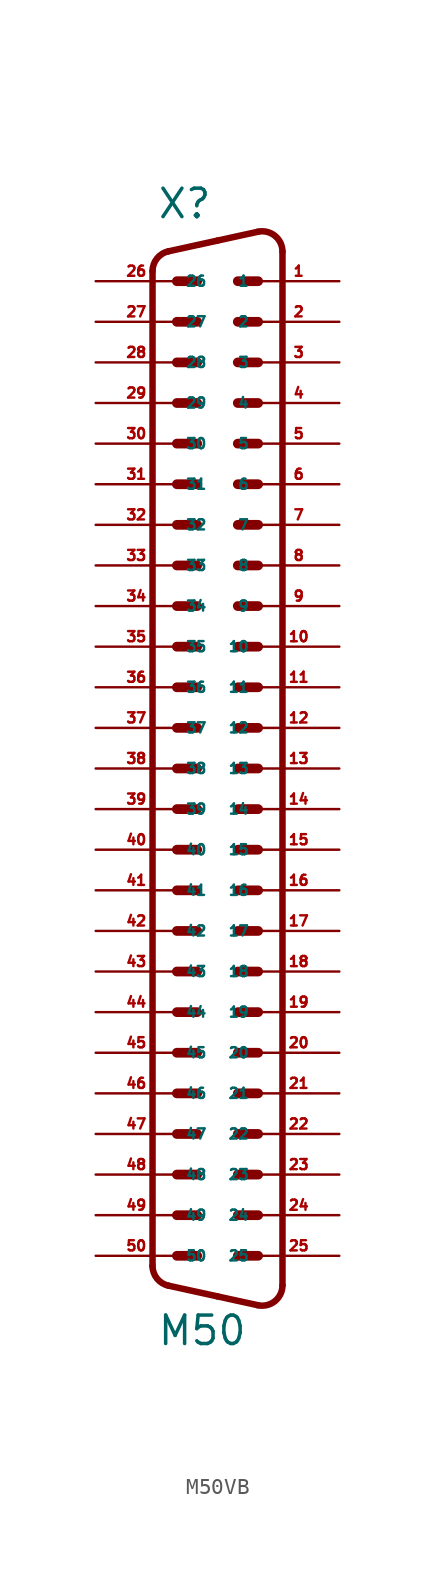
<source format=kicad_sym>
(kicad_symbol_lib
  (version 20220914)
  (generator Eagle2Kicad)
  (symbol "M50VB"
    (property "Reference" "X"
      (at -3.81 31.75 0)
      (effects (font (size 1.778 1.778) (thickness 0.22)) (justify left bottom)))
    (property "Value" "M50"
      (at -3.81 -38.735 0)
      (effects (font (size 1.778 1.778) (thickness 0.22)) (justify left bottom)))
    (polyline
      (pts (xy -1.27 12.7) (xy -2.54 12.7))
      (stroke (width 0.61) (type default))
      (fill (type none)))
    (polyline
      (pts (xy 2.54 -7.62) (xy 1.27 -7.62))
      (stroke (width 0.61) (type default))
      (fill (type none)))
    (polyline
      (pts (xy -1.27 15.24) (xy -2.54 15.24))
      (stroke (width 0.61) (type default))
      (fill (type none)))
    (polyline
      (pts (xy 2.54 -5.08) (xy 1.27 -5.08))
      (stroke (width 0.61) (type default))
      (fill (type none)))
    (polyline
      (pts (xy -1.27 17.78) (xy -2.54 17.78))
      (stroke (width 0.61) (type default))
      (fill (type none)))
    (polyline
      (pts (xy 2.54 -2.54) (xy 1.27 -2.54))
      (stroke (width 0.61) (type default))
      (fill (type none)))
    (polyline
      (pts (xy -1.27 20.32) (xy -2.54 20.32))
      (stroke (width 0.61) (type default))
      (fill (type none)))
    (polyline
      (pts (xy 2.54 0) (xy 1.27 0))
      (stroke (width 0.61) (type default))
      (fill (type none)))
    (polyline
      (pts (xy -1.27 22.86) (xy -2.54 22.86))
      (stroke (width 0.61) (type default))
      (fill (type none)))
    (polyline
      (pts (xy 2.54 2.54) (xy 1.27 2.54))
      (stroke (width 0.61) (type default))
      (fill (type none)))
    (polyline
      (pts (xy -1.27 25.4) (xy -2.54 25.4))
      (stroke (width 0.61) (type default))
      (fill (type none)))
    (polyline
      (pts (xy 2.54 5.08) (xy 1.27 5.08))
      (stroke (width 0.61) (type default))
      (fill (type none)))
    (polyline
      (pts (xy -1.27 27.94) (xy -2.54 27.94))
      (stroke (width 0.61) (type default))
      (fill (type none)))
    (polyline
      (pts (xy 2.54 7.62) (xy 1.27 7.62))
      (stroke (width 0.61) (type default))
      (fill (type none)))
    (polyline
      (pts (xy 2.54 -33.02) (xy 1.27 -33.02))
      (stroke (width 0.61) (type default))
      (fill (type none)))
    (polyline
      (pts (xy 2.54 10.16) (xy 1.27 10.16))
      (stroke (width 0.61) (type default))
      (fill (type none)))
    (polyline
      (pts (xy 2.54 -30.48) (xy 1.27 -30.48))
      (stroke (width 0.61) (type default))
      (fill (type none)))
    (polyline
      (pts (xy 2.54 12.7) (xy 1.27 12.7))
      (stroke (width 0.61) (type default))
      (fill (type none)))
    (polyline
      (pts (xy 2.54 -27.94) (xy 1.27 -27.94))
      (stroke (width 0.61) (type default))
      (fill (type none)))
    (polyline
      (pts (xy 2.54 15.24) (xy 1.27 15.24))
      (stroke (width 0.61) (type default))
      (fill (type none)))
    (polyline
      (pts (xy 2.54 -25.4) (xy 1.27 -25.4))
      (stroke (width 0.61) (type default))
      (fill (type none)))
    (polyline
      (pts (xy 2.54 17.78) (xy 1.27 17.78))
      (stroke (width 0.61) (type default))
      (fill (type none)))
    (polyline
      (pts (xy 2.54 -22.86) (xy 1.27 -22.86))
      (stroke (width 0.61) (type default))
      (fill (type none)))
    (polyline
      (pts (xy 2.54 20.32) (xy 1.27 20.32))
      (stroke (width 0.61) (type default))
      (fill (type none)))
    (polyline
      (pts (xy 2.54 -20.32) (xy 1.27 -20.32))
      (stroke (width 0.61) (type default))
      (fill (type none)))
    (polyline
      (pts (xy 2.54 22.86) (xy 1.27 22.86))
      (stroke (width 0.61) (type default))
      (fill (type none)))
    (polyline
      (pts (xy 2.54 -17.78) (xy 1.27 -17.78))
      (stroke (width 0.61) (type default))
      (fill (type none)))
    (polyline
      (pts (xy 2.54 25.4) (xy 1.27 25.4))
      (stroke (width 0.61) (type default))
      (fill (type none)))
    (polyline
      (pts (xy 2.54 -15.24) (xy 1.27 -15.24))
      (stroke (width 0.61) (type default))
      (fill (type none)))
    (polyline
      (pts (xy 2.54 27.94) (xy 1.27 27.94))
      (stroke (width 0.61) (type default))
      (fill (type none)))
    (polyline
      (pts (xy -1.27 2.54) (xy -2.54 2.54))
      (stroke (width 0.61) (type default))
      (fill (type none)))
    (polyline
      (pts (xy -1.27 7.62) (xy -2.54 7.62))
      (stroke (width 0.61) (type default))
      (fill (type none)))
    (polyline
      (pts (xy 2.54 -10.16) (xy 1.27 -10.16))
      (stroke (width 0.61) (type default))
      (fill (type none)))
    (polyline
      (pts (xy 2.54 -12.7) (xy 1.27 -12.7))
      (stroke (width 0.61) (type default))
      (fill (type none)))
    (polyline
      (pts (xy -1.27 -5.08) (xy -2.54 -5.08))
      (stroke (width 0.61) (type default))
      (fill (type none)))
    (polyline
      (pts (xy -1.27 10.16) (xy -2.54 10.16))
      (stroke (width 0.61) (type default))
      (fill (type none)))
    (polyline
      (pts (xy -1.27 5.08) (xy -2.54 5.08))
      (stroke (width 0.61) (type default))
      (fill (type none)))
    (polyline
      (pts (xy -1.27 0) (xy -2.54 0))
      (stroke (width 0.61) (type default))
      (fill (type none)))
    (polyline
      (pts (xy -1.27 -2.54) (xy -2.54 -2.54))
      (stroke (width 0.61) (type default))
      (fill (type none)))
    (polyline
      (pts (xy -1.27 -7.62) (xy -2.54 -7.62))
      (stroke (width 0.61) (type default))
      (fill (type none)))
    (polyline
      (pts (xy -1.27 -10.16) (xy -2.54 -10.16))
      (stroke (width 0.61) (type default))
      (fill (type none)))
    (polyline
      (pts (xy -1.27 -12.7) (xy -2.54 -12.7))
      (stroke (width 0.61) (type default))
      (fill (type none)))
    (polyline
      (pts (xy -1.27 -15.24) (xy -2.54 -15.24))
      (stroke (width 0.61) (type default))
      (fill (type none)))
    (polyline
      (pts (xy -1.27 -17.78) (xy -2.54 -17.78))
      (stroke (width 0.61) (type default))
      (fill (type none)))
    (polyline
      (pts (xy -1.27 -20.32) (xy -2.54 -20.32))
      (stroke (width 0.61) (type default))
      (fill (type none)))
    (polyline
      (pts (xy -1.27 -22.86) (xy -2.54 -22.86))
      (stroke (width 0.61) (type default))
      (fill (type none)))
    (polyline
      (pts (xy -1.27 -25.4) (xy -2.54 -25.4))
      (stroke (width 0.61) (type default))
      (fill (type none)))
    (polyline
      (pts (xy -1.27 -27.94) (xy -2.54 -27.94))
      (stroke (width 0.61) (type default))
      (fill (type none)))
    (polyline
      (pts (xy -1.27 -30.48) (xy -2.54 -30.48))
      (stroke (width 0.61) (type default))
      (fill (type none)))
    (polyline
      (pts (xy -1.27 -33.02) (xy -2.54 -33.02))
      (stroke (width 0.61) (type default))
      (fill (type none)))
    (arc
      (start 2.5226 -36.1119)
      (mid 3.590 -35.860)
      (end 4.0638 -34.8712)
      (stroke (width 0.4064) (type default))
      (fill (type none)))
    (polyline
      (pts (xy 2.523 -36.112) (xy 0 -35.56))
      (stroke (width 0.406) (type default))
      (fill (type none)))
    (polyline
      (pts (xy 0 -35.56) (xy -3.065 -34.889))
      (stroke (width 0.406) (type default))
      (fill (type none)))
    (arc
      (start -4.0641 -33.6488)
      (mid -3.783 -34.445)
      (end -3.0654 -34.8894)
      (stroke (width 0.4064) (type default))
      (fill (type none)))
    (polyline
      (pts (xy -4.064 28.569) (xy -4.064 -33.649))
      (stroke (width 0.406) (type default))
      (fill (type none)))
    (arc
      (start -3.0654 29.8094)
      (mid -3.783 29.365)
      (end -4.064 28.5688)
      (stroke (width 0.4064) (type default))
      (fill (type none)))
    (polyline
      (pts (xy 4.064 29.791) (xy 4.064 -34.871))
      (stroke (width 0.406) (type default))
      (fill (type none)))
    (polyline
      (pts (xy 2.523 31.032) (xy 0 30.48))
      (stroke (width 0.406) (type default))
      (fill (type none)))
    (polyline
      (pts (xy 0 30.48) (xy -3.065 29.809))
      (stroke (width 0.406) (type default))
      (fill (type none)))
    (arc
      (start 4.064 29.7912)
      (mid 3.590 30.781)
      (end 2.5226 31.0319)
      (stroke (width 0.4064) (type default))
      (fill (type none)))
    (pin passive line
      (at -7.62 5.08 0)
      (length 5.08)
      (name "35" (effects (font (size 0.635 0.635) (thickness 0.08)) (justify left bottom)))
      (number "35" (effects (font (size 0.635 0.635) (thickness 0.08)) (justify left bottom))))
    (pin passive line
      (at -7.62 -2.54 0)
      (length 5.08)
      (name "38" (effects (font (size 0.635 0.635) (thickness 0.08)) (justify left bottom)))
      (number "38" (effects (font (size 0.635 0.635) (thickness 0.08)) (justify left bottom))))
    (pin passive line
      (at 7.62 27.94 180)
      (length 5.08)
      (name "1" (effects (font (size 0.635 0.635) (thickness 0.08)) (justify left bottom)))
      (number "1" (effects (font (size 0.635 0.635) (thickness 0.08)) (justify left bottom))))
    (pin passive line
      (at 7.62 -15.24 180)
      (length 5.08)
      (name "18" (effects (font (size 0.635 0.635) (thickness 0.08)) (justify left bottom)))
      (number "18" (effects (font (size 0.635 0.635) (thickness 0.08)) (justify left bottom))))
    (pin passive line
      (at 7.62 25.4 180)
      (length 5.08)
      (name "2" (effects (font (size 0.635 0.635) (thickness 0.08)) (justify left bottom)))
      (number "2" (effects (font (size 0.635 0.635) (thickness 0.08)) (justify left bottom))))
    (pin passive line
      (at 7.62 -17.78 180)
      (length 5.08)
      (name "19" (effects (font (size 0.635 0.635) (thickness 0.08)) (justify left bottom)))
      (number "19" (effects (font (size 0.635 0.635) (thickness 0.08)) (justify left bottom))))
    (pin passive line
      (at 7.62 22.86 180)
      (length 5.08)
      (name "3" (effects (font (size 0.635 0.635) (thickness 0.08)) (justify left bottom)))
      (number "3" (effects (font (size 0.635 0.635) (thickness 0.08)) (justify left bottom))))
    (pin passive line
      (at 7.62 -20.32 180)
      (length 5.08)
      (name "20" (effects (font (size 0.635 0.635) (thickness 0.08)) (justify left bottom)))
      (number "20" (effects (font (size 0.635 0.635) (thickness 0.08)) (justify left bottom))))
    (pin passive line
      (at 7.62 20.32 180)
      (length 5.08)
      (name "4" (effects (font (size 0.635 0.635) (thickness 0.08)) (justify left bottom)))
      (number "4" (effects (font (size 0.635 0.635) (thickness 0.08)) (justify left bottom))))
    (pin passive line
      (at 7.62 -22.86 180)
      (length 5.08)
      (name "21" (effects (font (size 0.635 0.635) (thickness 0.08)) (justify left bottom)))
      (number "21" (effects (font (size 0.635 0.635) (thickness 0.08)) (justify left bottom))))
    (pin passive line
      (at 7.62 17.78 180)
      (length 5.08)
      (name "5" (effects (font (size 0.635 0.635) (thickness 0.08)) (justify left bottom)))
      (number "5" (effects (font (size 0.635 0.635) (thickness 0.08)) (justify left bottom))))
    (pin passive line
      (at 7.62 -25.4 180)
      (length 5.08)
      (name "22" (effects (font (size 0.635 0.635) (thickness 0.08)) (justify left bottom)))
      (number "22" (effects (font (size 0.635 0.635) (thickness 0.08)) (justify left bottom))))
    (pin passive line
      (at 7.62 15.24 180)
      (length 5.08)
      (name "6" (effects (font (size 0.635 0.635) (thickness 0.08)) (justify left bottom)))
      (number "6" (effects (font (size 0.635 0.635) (thickness 0.08)) (justify left bottom))))
    (pin passive line
      (at 7.62 -27.94 180)
      (length 5.08)
      (name "23" (effects (font (size 0.635 0.635) (thickness 0.08)) (justify left bottom)))
      (number "23" (effects (font (size 0.635 0.635) (thickness 0.08)) (justify left bottom))))
    (pin passive line
      (at 7.62 12.7 180)
      (length 5.08)
      (name "7" (effects (font (size 0.635 0.635) (thickness 0.08)) (justify left bottom)))
      (number "7" (effects (font (size 0.635 0.635) (thickness 0.08)) (justify left bottom))))
    (pin passive line
      (at 7.62 -30.48 180)
      (length 5.08)
      (name "24" (effects (font (size 0.635 0.635) (thickness 0.08)) (justify left bottom)))
      (number "24" (effects (font (size 0.635 0.635) (thickness 0.08)) (justify left bottom))))
    (pin passive line
      (at 7.62 10.16 180)
      (length 5.08)
      (name "8" (effects (font (size 0.635 0.635) (thickness 0.08)) (justify left bottom)))
      (number "8" (effects (font (size 0.635 0.635) (thickness 0.08)) (justify left bottom))))
    (pin passive line
      (at 7.62 -33.02 180)
      (length 5.08)
      (name "25" (effects (font (size 0.635 0.635) (thickness 0.08)) (justify left bottom)))
      (number "25" (effects (font (size 0.635 0.635) (thickness 0.08)) (justify left bottom))))
    (pin passive line
      (at 7.62 7.62 180)
      (length 5.08)
      (name "9" (effects (font (size 0.635 0.635) (thickness 0.08)) (justify left bottom)))
      (number "9" (effects (font (size 0.635 0.635) (thickness 0.08)) (justify left bottom))))
    (pin passive line
      (at -7.62 27.94 0)
      (length 5.08)
      (name "26" (effects (font (size 0.635 0.635) (thickness 0.08)) (justify left bottom)))
      (number "26" (effects (font (size 0.635 0.635) (thickness 0.08)) (justify left bottom))))
    (pin passive line
      (at 7.62 5.08 180)
      (length 5.08)
      (name "10" (effects (font (size 0.635 0.635) (thickness 0.08)) (justify left bottom)))
      (number "10" (effects (font (size 0.635 0.635) (thickness 0.08)) (justify left bottom))))
    (pin passive line
      (at -7.62 25.4 0)
      (length 5.08)
      (name "27" (effects (font (size 0.635 0.635) (thickness 0.08)) (justify left bottom)))
      (number "27" (effects (font (size 0.635 0.635) (thickness 0.08)) (justify left bottom))))
    (pin passive line
      (at 7.62 2.54 180)
      (length 5.08)
      (name "11" (effects (font (size 0.635 0.635) (thickness 0.08)) (justify left bottom)))
      (number "11" (effects (font (size 0.635 0.635) (thickness 0.08)) (justify left bottom))))
    (pin passive line
      (at -7.62 22.86 0)
      (length 5.08)
      (name "28" (effects (font (size 0.635 0.635) (thickness 0.08)) (justify left bottom)))
      (number "28" (effects (font (size 0.635 0.635) (thickness 0.08)) (justify left bottom))))
    (pin passive line
      (at 7.62 0 180)
      (length 5.08)
      (name "12" (effects (font (size 0.635 0.635) (thickness 0.08)) (justify left bottom)))
      (number "12" (effects (font (size 0.635 0.635) (thickness 0.08)) (justify left bottom))))
    (pin passive line
      (at -7.62 20.32 0)
      (length 5.08)
      (name "29" (effects (font (size 0.635 0.635) (thickness 0.08)) (justify left bottom)))
      (number "29" (effects (font (size 0.635 0.635) (thickness 0.08)) (justify left bottom))))
    (pin passive line
      (at 7.62 -2.54 180)
      (length 5.08)
      (name "13" (effects (font (size 0.635 0.635) (thickness 0.08)) (justify left bottom)))
      (number "13" (effects (font (size 0.635 0.635) (thickness 0.08)) (justify left bottom))))
    (pin passive line
      (at -7.62 17.78 0)
      (length 5.08)
      (name "30" (effects (font (size 0.635 0.635) (thickness 0.08)) (justify left bottom)))
      (number "30" (effects (font (size 0.635 0.635) (thickness 0.08)) (justify left bottom))))
    (pin passive line
      (at 7.62 -5.08 180)
      (length 5.08)
      (name "14" (effects (font (size 0.635 0.635) (thickness 0.08)) (justify left bottom)))
      (number "14" (effects (font (size 0.635 0.635) (thickness 0.08)) (justify left bottom))))
    (pin passive line
      (at -7.62 15.24 0)
      (length 5.08)
      (name "31" (effects (font (size 0.635 0.635) (thickness 0.08)) (justify left bottom)))
      (number "31" (effects (font (size 0.635 0.635) (thickness 0.08)) (justify left bottom))))
    (pin passive line
      (at 7.62 -7.62 180)
      (length 5.08)
      (name "15" (effects (font (size 0.635 0.635) (thickness 0.08)) (justify left bottom)))
      (number "15" (effects (font (size 0.635 0.635) (thickness 0.08)) (justify left bottom))))
    (pin passive line
      (at -7.62 12.7 0)
      (length 5.08)
      (name "32" (effects (font (size 0.635 0.635) (thickness 0.08)) (justify left bottom)))
      (number "32" (effects (font (size 0.635 0.635) (thickness 0.08)) (justify left bottom))))
    (pin passive line
      (at 7.62 -10.16 180)
      (length 5.08)
      (name "16" (effects (font (size 0.635 0.635) (thickness 0.08)) (justify left bottom)))
      (number "16" (effects (font (size 0.635 0.635) (thickness 0.08)) (justify left bottom))))
    (pin passive line
      (at -7.62 10.16 0)
      (length 5.08)
      (name "33" (effects (font (size 0.635 0.635) (thickness 0.08)) (justify left bottom)))
      (number "33" (effects (font (size 0.635 0.635) (thickness 0.08)) (justify left bottom))))
    (pin passive line
      (at 7.62 -12.7 180)
      (length 5.08)
      (name "17" (effects (font (size 0.635 0.635) (thickness 0.08)) (justify left bottom)))
      (number "17" (effects (font (size 0.635 0.635) (thickness 0.08)) (justify left bottom))))
    (pin passive line
      (at -7.62 -7.62 0)
      (length 5.08)
      (name "40" (effects (font (size 0.635 0.635) (thickness 0.08)) (justify left bottom)))
      (number "40" (effects (font (size 0.635 0.635) (thickness 0.08)) (justify left bottom))))
    (pin passive line
      (at -7.62 -5.08 0)
      (length 5.08)
      (name "39" (effects (font (size 0.635 0.635) (thickness 0.08)) (justify left bottom)))
      (number "39" (effects (font (size 0.635 0.635) (thickness 0.08)) (justify left bottom))))
    (pin passive line
      (at -7.62 7.62 0)
      (length 5.08)
      (name "34" (effects (font (size 0.635 0.635) (thickness 0.08)) (justify left bottom)))
      (number "34" (effects (font (size 0.635 0.635) (thickness 0.08)) (justify left bottom))))
    (pin passive line
      (at -7.62 2.54 0)
      (length 5.08)
      (name "36" (effects (font (size 0.635 0.635) (thickness 0.08)) (justify left bottom)))
      (number "36" (effects (font (size 0.635 0.635) (thickness 0.08)) (justify left bottom))))
    (pin passive line
      (at -7.62 0 0)
      (length 5.08)
      (name "37" (effects (font (size 0.635 0.635) (thickness 0.08)) (justify left bottom)))
      (number "37" (effects (font (size 0.635 0.635) (thickness 0.08)) (justify left bottom))))
    (pin passive line
      (at -7.62 -10.16 0)
      (length 5.08)
      (name "41" (effects (font (size 0.635 0.635) (thickness 0.08)) (justify left bottom)))
      (number "41" (effects (font (size 0.635 0.635) (thickness 0.08)) (justify left bottom))))
    (pin passive line
      (at -7.62 -12.7 0)
      (length 5.08)
      (name "42" (effects (font (size 0.635 0.635) (thickness 0.08)) (justify left bottom)))
      (number "42" (effects (font (size 0.635 0.635) (thickness 0.08)) (justify left bottom))))
    (pin passive line
      (at -7.62 -15.24 0)
      (length 5.08)
      (name "43" (effects (font (size 0.635 0.635) (thickness 0.08)) (justify left bottom)))
      (number "43" (effects (font (size 0.635 0.635) (thickness 0.08)) (justify left bottom))))
    (pin passive line
      (at -7.62 -17.78 0)
      (length 5.08)
      (name "44" (effects (font (size 0.635 0.635) (thickness 0.08)) (justify left bottom)))
      (number "44" (effects (font (size 0.635 0.635) (thickness 0.08)) (justify left bottom))))
    (pin passive line
      (at -7.62 -20.32 0)
      (length 5.08)
      (name "45" (effects (font (size 0.635 0.635) (thickness 0.08)) (justify left bottom)))
      (number "45" (effects (font (size 0.635 0.635) (thickness 0.08)) (justify left bottom))))
    (pin passive line
      (at -7.62 -22.86 0)
      (length 5.08)
      (name "46" (effects (font (size 0.635 0.635) (thickness 0.08)) (justify left bottom)))
      (number "46" (effects (font (size 0.635 0.635) (thickness 0.08)) (justify left bottom))))
    (pin passive line
      (at -7.62 -25.4 0)
      (length 5.08)
      (name "47" (effects (font (size 0.635 0.635) (thickness 0.08)) (justify left bottom)))
      (number "47" (effects (font (size 0.635 0.635) (thickness 0.08)) (justify left bottom))))
    (pin passive line
      (at -7.62 -27.94 0)
      (length 5.08)
      (name "48" (effects (font (size 0.635 0.635) (thickness 0.08)) (justify left bottom)))
      (number "48" (effects (font (size 0.635 0.635) (thickness 0.08)) (justify left bottom))))
    (pin passive line
      (at -7.62 -30.48 0)
      (length 5.08)
      (name "49" (effects (font (size 0.635 0.635) (thickness 0.08)) (justify left bottom)))
      (number "49" (effects (font (size 0.635 0.635) (thickness 0.08)) (justify left bottom))))
    (pin passive line
      (at -7.62 -33.02 0)
      (length 5.08)
      (name "50" (effects (font (size 0.635 0.635) (thickness 0.08)) (justify left bottom)))
      (number "50" (effects (font (size 0.635 0.635) (thickness 0.08)) (justify left bottom))))))
</source>
